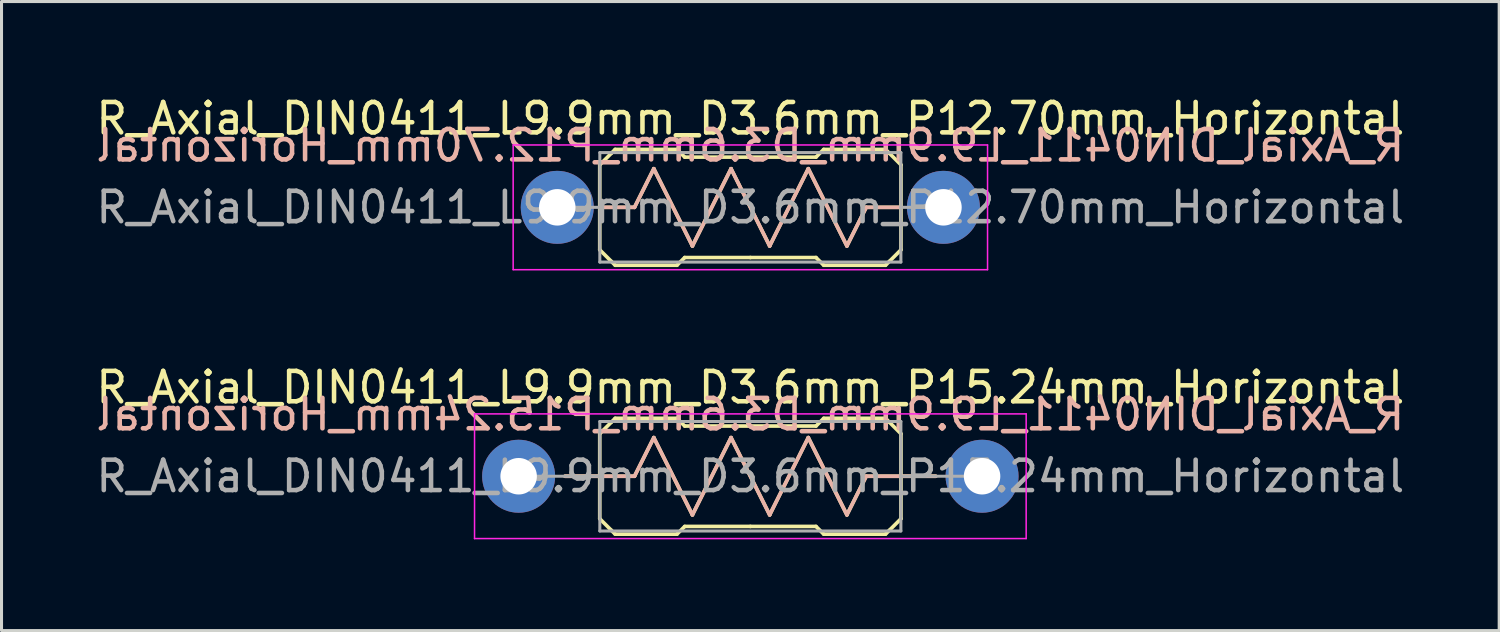
<source format=kicad_pcb>
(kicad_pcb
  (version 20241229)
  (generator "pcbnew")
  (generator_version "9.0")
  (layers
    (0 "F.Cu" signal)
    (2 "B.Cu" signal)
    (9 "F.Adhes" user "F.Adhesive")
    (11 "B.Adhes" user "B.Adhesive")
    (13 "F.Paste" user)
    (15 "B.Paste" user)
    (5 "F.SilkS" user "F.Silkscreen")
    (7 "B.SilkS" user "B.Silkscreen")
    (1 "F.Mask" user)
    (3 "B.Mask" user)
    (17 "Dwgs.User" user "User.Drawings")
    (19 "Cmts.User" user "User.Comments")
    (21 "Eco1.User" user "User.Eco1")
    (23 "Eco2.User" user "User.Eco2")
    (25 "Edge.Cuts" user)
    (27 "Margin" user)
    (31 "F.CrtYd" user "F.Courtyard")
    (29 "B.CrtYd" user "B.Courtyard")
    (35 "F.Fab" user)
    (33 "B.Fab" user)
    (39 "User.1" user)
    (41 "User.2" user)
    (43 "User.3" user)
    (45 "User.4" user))
  (footprint "R_Axial_DIN0411_L9.9mm_D3.6mm_P12.70mm_Horizontal"
    (layer "F.Cu")
    (at 15.275 3.768)
    (property "Reference" "R_Axial_DIN0411_L9.9mm_D3.6mm_P12.70mm_Horizontal" (at 6.35 -2.92 0) (layer "F.SilkS") (effects (font (size 1 1) (thickness 0.15))))
    (attr through_hole)
    (fp_line (start 1.397 -1.397) (end 1.778 -1.778) (stroke (width 0.12) (type solid)) (layer "F.SilkS"))
    (fp_line (start 1.397 1.397) (end 1.397 -1.397) (stroke (width 0.12) (type solid)) (layer "F.SilkS"))
    (fp_line (start 1.397 1.397) (end 1.778 1.778) (stroke (width 0.12) (type solid)) (layer "F.SilkS"))
    (fp_line (start 1.778 -1.778) (end 1.905 -1.905) (stroke (width 0.12) (type solid)) (layer "F.SilkS"))
    (fp_line (start 1.778 1.778) (end 1.905 1.905) (stroke (width 0.12) (type solid)) (layer "F.SilkS"))
    (fp_line (start 1.905 -1.905) (end 3.937 -1.905) (stroke (width 0.12) (type solid)) (layer "F.SilkS"))
    (fp_line (start 1.905 1.905) (end 3.937 1.905) (stroke (width 0.12) (type solid)) (layer "F.SilkS"))
    (fp_line (start 2.54 0) (end 1.397 0) (stroke (width 0.12) (type solid)) (layer "F.SilkS"))
    (fp_line (start 2.54 0) (end 3.175 -1.27) (stroke (width 0.12) (type solid)) (layer "F.SilkS"))
    (fp_line (start 3.175 -1.27) (end 4.445 1.27) (stroke (width 0.12) (type solid)) (layer "F.SilkS"))
    (fp_line (start 3.937 -1.905) (end 4.191 -1.651) (stroke (width 0.12) (type solid)) (layer "F.SilkS"))
    (fp_line (start 3.937 1.905) (end 4.191 1.651) (stroke (width 0.12) (type solid)) (layer "F.SilkS"))
    (fp_line (start 4.191 -1.651) (end 6.35 -1.651) (stroke (width 0.12) (type solid)) (layer "F.SilkS"))
    (fp_line (start 4.191 1.651) (end 6.35 1.651) (stroke (width 0.12) (type solid)) (layer "F.SilkS"))
    (fp_line (start 4.445 1.27) (end 5.715 -1.27) (stroke (width 0.12) (type solid)) (layer "F.SilkS"))
    (fp_line (start 5.715 -1.27) (end 6.985 1.27) (stroke (width 0.12) (type solid)) (layer "F.SilkS"))
    (fp_line (start 6.985 1.27) (end 8.255 -1.27) (stroke (width 0.12) (type solid)) (layer "F.SilkS"))
    (fp_line (start 8.255 -1.27) (end 9.525 1.27) (stroke (width 0.12) (type solid)) (layer "F.SilkS"))
    (fp_line (start 8.509 -1.651) (end 6.35 -1.651) (stroke (width 0.12) (type solid)) (layer "F.SilkS"))
    (fp_line (start 8.509 1.651) (end 6.35 1.651) (stroke (width 0.12) (type solid)) (layer "F.SilkS"))
    (fp_line (start 8.763 -1.905) (end 8.509 -1.651) (stroke (width 0.12) (type solid)) (layer "F.SilkS"))
    (fp_line (start 8.763 1.905) (end 8.509 1.651) (stroke (width 0.12) (type solid)) (layer "F.SilkS"))
    (fp_line (start 9.525 1.27) (end 10.16 0) (stroke (width 0.12) (type solid)) (layer "F.SilkS"))
    (fp_line (start 10.16 0) (end 11.303 0) (stroke (width 0.12) (type solid)) (layer "F.SilkS"))
    (fp_line (start 10.795 -1.905) (end 8.763 -1.905) (stroke (width 0.12) (type solid)) (layer "F.SilkS"))
    (fp_line (start 10.795 1.905) (end 8.763 1.905) (stroke (width 0.12) (type solid)) (layer "F.SilkS"))
    (fp_line (start 10.922 -1.778) (end 10.795 -1.905) (stroke (width 0.12) (type solid)) (layer "F.SilkS"))
    (fp_line (start 10.922 1.778) (end 10.795 1.905) (stroke (width 0.12) (type solid)) (layer "F.SilkS"))
    (fp_line (start 11.303 -1.397) (end 10.922 -1.778) (stroke (width 0.12) (type solid)) (layer "F.SilkS"))
    (fp_line (start 11.303 1.397) (end 10.922 1.778) (stroke (width 0.12) (type solid)) (layer "F.SilkS"))
    (fp_line (start 11.303 1.397) (end 11.303 -1.397) (stroke (width 0.12) (type solid)) (layer "F.SilkS"))
    (fp_line (start 1.397 0) (end 2.54 0) (stroke (width 0.12) (type solid)) (layer "B.SilkS"))
    (fp_line (start 2.54 0) (end 3.175 -1.27) (stroke (width 0.12) (type solid)) (layer "B.SilkS"))
    (fp_line (start 3.175 -1.27) (end 4.445 1.27) (stroke (width 0.12) (type solid)) (layer "B.SilkS"))
    (fp_line (start 4.445 1.27) (end 5.715 -1.27) (stroke (width 0.12) (type solid)) (layer "B.SilkS"))
    (fp_line (start 5.715 -1.27) (end 6.985 1.27) (stroke (width 0.12) (type solid)) (layer "B.SilkS"))
    (fp_line (start 6.985 1.27) (end 8.255 -1.27) (stroke (width 0.12) (type solid)) (layer "B.SilkS"))
    (fp_line (start 8.255 -1.27) (end 9.525 1.27) (stroke (width 0.12) (type solid)) (layer "B.SilkS"))
    (fp_line (start 9.525 1.27) (end 10.16 0) (stroke (width 0.12) (type solid)) (layer "B.SilkS"))
    (fp_line (start 10.16 0) (end 11.303 0) (stroke (width 0.12) (type solid)) (layer "B.SilkS"))
    (fp_line (start -1.45 -2.05) (end -1.45 2.05) (stroke (width 0.05) (type solid)) (layer "F.CrtYd"))
    (fp_line (start -1.45 2.05) (end 14.15 2.05) (stroke (width 0.05) (type solid)) (layer "F.CrtYd"))
    (fp_line (start 14.15 -2.05) (end -1.45 -2.05) (stroke (width 0.05) (type solid)) (layer "F.CrtYd"))
    (fp_line (start 14.15 2.05) (end 14.15 -2.05) (stroke (width 0.05) (type solid)) (layer "F.CrtYd"))
    (fp_line (start 0 0) (end 1.4 0) (stroke (width 0.1) (type solid)) (layer "F.Fab"))
    (fp_line (start 1.4 -1.8) (end 1.4 1.8) (stroke (width 0.1) (type solid)) (layer "F.Fab"))
    (fp_line (start 1.4 1.8) (end 11.3 1.8) (stroke (width 0.1) (type solid)) (layer "F.Fab"))
    (fp_line (start 11.3 -1.8) (end 1.4 -1.8) (stroke (width 0.1) (type solid)) (layer "F.Fab"))
    (fp_line (start 11.3 1.8) (end 11.3 -1.8) (stroke (width 0.1) (type solid)) (layer "F.Fab"))
    (fp_line (start 12.7 0) (end 11.3 0) (stroke (width 0.1) (type solid)) (layer "F.Fab"))
    (fp_text user "${REFERENCE}" (at 6.35 -2.032 0) (unlocked yes) (layer "B.SilkS") (effects (font (size 1 1) (thickness 0.15)) (justify mirror)))
    (fp_text user "${REFERENCE}" (at 6.35 0 0) (layer "F.Fab") (effects (font (size 1 1) (thickness 0.15))))
    (pad "1" thru_hole circle (at 0 0) (size 2.4 2.4) (drill 1.2) (layers "*.Cu" "*.Mask"))
    (pad "2" thru_hole oval (at 12.7 0) (size 2.4 2.4) (drill 1.2) (layers "*.Cu" "*.Mask")))
  (footprint "R_Axial_DIN0411_L9.9mm_D3.6mm_P15.24mm_Horizontal"
    (layer "F.Cu")
    (at 14.005 12.611)
    (property "Reference" "R_Axial_DIN0411_L9.9mm_D3.6mm_P15.24mm_Horizontal" (at 7.62 -2.92 0) (layer "F.SilkS") (effects (font (size 1 1) (thickness 0.15))))
    (attr through_hole)
    (fp_line (start 2.667 -1.397) (end 3.048 -1.778) (stroke (width 0.12) (type solid)) (layer "F.SilkS"))
    (fp_line (start 2.667 0) (end 1.524 0) (stroke (width 0.12) (type solid)) (layer "F.SilkS"))
    (fp_line (start 2.667 1.397) (end 2.667 -1.397) (stroke (width 0.12) (type solid)) (layer "F.SilkS"))
    (fp_line (start 2.667 1.397) (end 3.048 1.778) (stroke (width 0.12) (type solid)) (layer "F.SilkS"))
    (fp_line (start 3.048 -1.778) (end 3.175 -1.905) (stroke (width 0.12) (type solid)) (layer "F.SilkS"))
    (fp_line (start 3.048 1.778) (end 3.175 1.905) (stroke (width 0.12) (type solid)) (layer "F.SilkS"))
    (fp_line (start 3.175 -1.905) (end 5.207 -1.905) (stroke (width 0.12) (type solid)) (layer "F.SilkS"))
    (fp_line (start 3.175 1.905) (end 5.207 1.905) (stroke (width 0.12) (type solid)) (layer "F.SilkS"))
    (fp_line (start 3.81 0) (end 2.667 0) (stroke (width 0.12) (type solid)) (layer "F.SilkS"))
    (fp_line (start 3.81 0) (end 4.445 -1.27) (stroke (width 0.12) (type solid)) (layer "F.SilkS"))
    (fp_line (start 4.445 -1.27) (end 5.715 1.27) (stroke (width 0.12) (type solid)) (layer "F.SilkS"))
    (fp_line (start 5.207 -1.905) (end 5.461 -1.651) (stroke (width 0.12) (type solid)) (layer "F.SilkS"))
    (fp_line (start 5.207 1.905) (end 5.461 1.651) (stroke (width 0.12) (type solid)) (layer "F.SilkS"))
    (fp_line (start 5.461 -1.651) (end 7.62 -1.651) (stroke (width 0.12) (type solid)) (layer "F.SilkS"))
    (fp_line (start 5.461 1.651) (end 7.62 1.651) (stroke (width 0.12) (type solid)) (layer "F.SilkS"))
    (fp_line (start 5.715 1.27) (end 6.985 -1.27) (stroke (width 0.12) (type solid)) (layer "F.SilkS"))
    (fp_line (start 6.985 -1.27) (end 8.255 1.27) (stroke (width 0.12) (type solid)) (layer "F.SilkS"))
    (fp_line (start 8.255 1.27) (end 9.525 -1.27) (stroke (width 0.12) (type solid)) (layer "F.SilkS"))
    (fp_line (start 9.525 -1.27) (end 10.795 1.27) (stroke (width 0.12) (type solid)) (layer "F.SilkS"))
    (fp_line (start 9.779 -1.651) (end 7.62 -1.651) (stroke (width 0.12) (type solid)) (layer "F.SilkS"))
    (fp_line (start 9.779 1.651) (end 7.62 1.651) (stroke (width 0.12) (type solid)) (layer "F.SilkS"))
    (fp_line (start 10.033 -1.905) (end 9.779 -1.651) (stroke (width 0.12) (type solid)) (layer "F.SilkS"))
    (fp_line (start 10.033 1.905) (end 9.779 1.651) (stroke (width 0.12) (type solid)) (layer "F.SilkS"))
    (fp_line (start 10.795 1.27) (end 11.43 0) (stroke (width 0.12) (type solid)) (layer "F.SilkS"))
    (fp_line (start 11.43 0) (end 12.573 0) (stroke (width 0.12) (type solid)) (layer "F.SilkS"))
    (fp_line (start 12.065 -1.905) (end 10.033 -1.905) (stroke (width 0.12) (type solid)) (layer "F.SilkS"))
    (fp_line (start 12.065 1.905) (end 10.033 1.905) (stroke (width 0.12) (type solid)) (layer "F.SilkS"))
    (fp_line (start 12.192 -1.778) (end 12.065 -1.905) (stroke (width 0.12) (type solid)) (layer "F.SilkS"))
    (fp_line (start 12.192 1.778) (end 12.065 1.905) (stroke (width 0.12) (type solid)) (layer "F.SilkS"))
    (fp_line (start 12.573 -1.397) (end 12.192 -1.778) (stroke (width 0.12) (type solid)) (layer "F.SilkS"))
    (fp_line (start 12.573 0) (end 13.716 0) (stroke (width 0.12) (type solid)) (layer "F.SilkS"))
    (fp_line (start 12.573 1.397) (end 12.192 1.778) (stroke (width 0.12) (type solid)) (layer "F.SilkS"))
    (fp_line (start 12.573 1.397) (end 12.573 -1.397) (stroke (width 0.12) (type solid)) (layer "F.SilkS"))
    (fp_line (start 1.524 0) (end 3.81 0) (stroke (width 0.12) (type solid)) (layer "B.SilkS"))
    (fp_line (start 3.81 0) (end 4.445 -1.27) (stroke (width 0.12) (type solid)) (layer "B.SilkS"))
    (fp_line (start 4.445 -1.27) (end 5.715 1.27) (stroke (width 0.12) (type solid)) (layer "B.SilkS"))
    (fp_line (start 5.715 1.27) (end 6.985 -1.27) (stroke (width 0.12) (type solid)) (layer "B.SilkS"))
    (fp_line (start 6.985 -1.27) (end 8.255 1.27) (stroke (width 0.12) (type solid)) (layer "B.SilkS"))
    (fp_line (start 8.255 1.27) (end 9.525 -1.27) (stroke (width 0.12) (type solid)) (layer "B.SilkS"))
    (fp_line (start 9.525 -1.27) (end 10.795 1.27) (stroke (width 0.12) (type solid)) (layer "B.SilkS"))
    (fp_line (start 10.795 1.27) (end 11.43 0) (stroke (width 0.12) (type solid)) (layer "B.SilkS"))
    (fp_line (start 11.43 0) (end 13.716 0) (stroke (width 0.12) (type solid)) (layer "B.SilkS"))
    (fp_line (start -1.45 -2.05) (end -1.45 2.05) (stroke (width 0.05) (type solid)) (layer "F.CrtYd"))
    (fp_line (start -1.45 2.05) (end 16.69 2.05) (stroke (width 0.05) (type solid)) (layer "F.CrtYd"))
    (fp_line (start 16.69 -2.05) (end -1.45 -2.05) (stroke (width 0.05) (type solid)) (layer "F.CrtYd"))
    (fp_line (start 16.69 2.05) (end 16.69 -2.05) (stroke (width 0.05) (type solid)) (layer "F.CrtYd"))
    (fp_line (start 0 0) (end 2.67 0) (stroke (width 0.1) (type solid)) (layer "F.Fab"))
    (fp_line (start 2.67 -1.8) (end 2.67 1.8) (stroke (width 0.1) (type solid)) (layer "F.Fab"))
    (fp_line (start 2.67 1.8) (end 12.57 1.8) (stroke (width 0.1) (type solid)) (layer "F.Fab"))
    (fp_line (start 12.57 -1.8) (end 2.67 -1.8) (stroke (width 0.1) (type solid)) (layer "F.Fab"))
    (fp_line (start 12.57 1.8) (end 12.57 -1.8) (stroke (width 0.1) (type solid)) (layer "F.Fab"))
    (fp_line (start 15.24 0) (end 12.57 0) (stroke (width 0.1) (type solid)) (layer "F.Fab"))
    (fp_text user "${REFERENCE}" (at 7.62 -2.032 0) (unlocked yes) (layer "B.SilkS") (effects (font (size 1 1) (thickness 0.15)) (justify mirror)))
    (fp_text user "${REFERENCE}" (at 7.62 0 0) (layer "F.Fab") (effects (font (size 1 1) (thickness 0.15))))
    (pad "1" thru_hole circle (at 0 0) (size 2.4 2.4) (drill 1.2) (layers "*.Cu" "*.Mask"))
    (pad "2" thru_hole oval (at 15.24 0) (size 2.4 2.4) (drill 1.2) (layers "*.Cu" "*.Mask")))
  (gr_rect
    (start -3 -3)
    (end 46.25 17.686)
    (stroke (width 0.1) (type default))
    (fill no)
    (layer "Edge.Cuts")))
</source>
